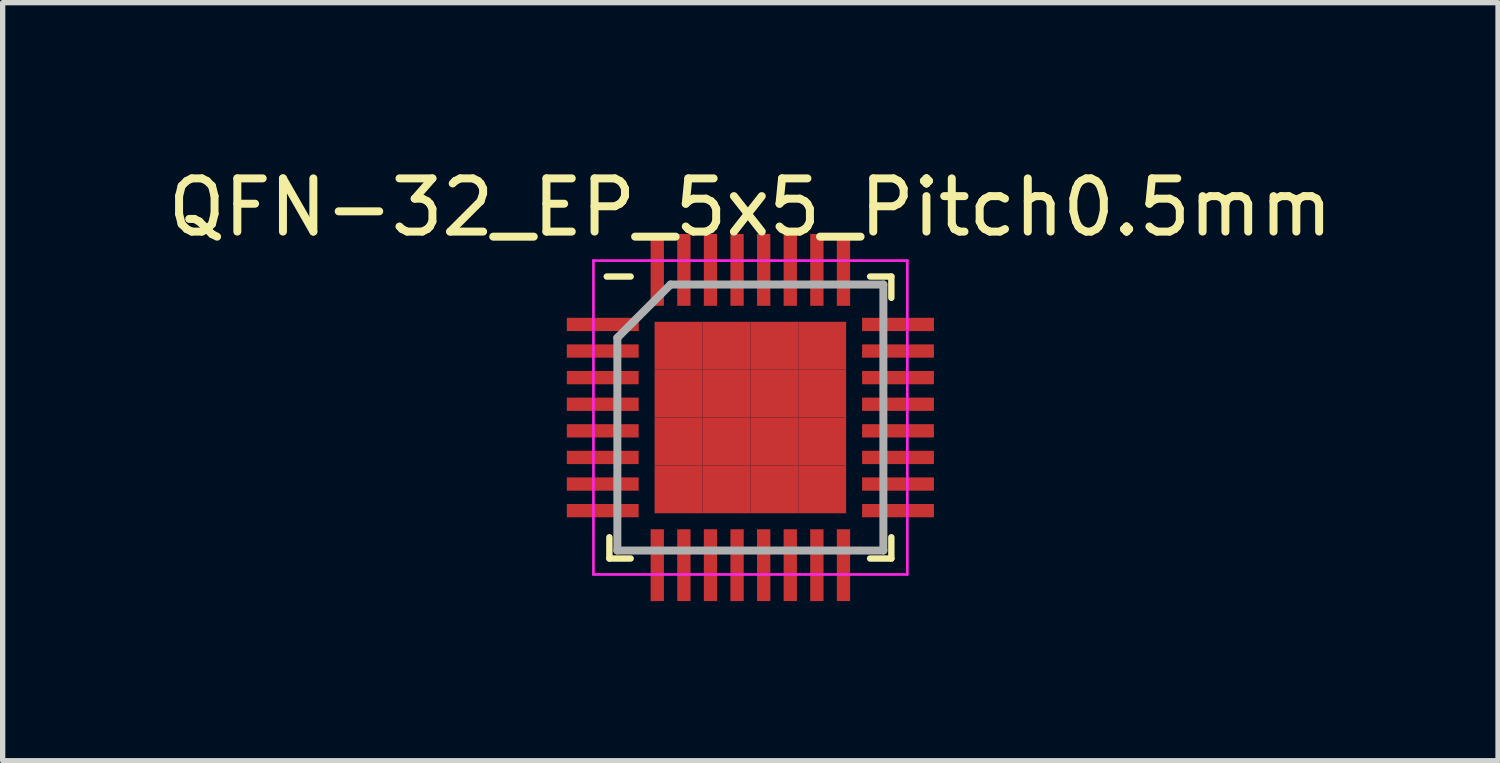
<source format=kicad_pcb>
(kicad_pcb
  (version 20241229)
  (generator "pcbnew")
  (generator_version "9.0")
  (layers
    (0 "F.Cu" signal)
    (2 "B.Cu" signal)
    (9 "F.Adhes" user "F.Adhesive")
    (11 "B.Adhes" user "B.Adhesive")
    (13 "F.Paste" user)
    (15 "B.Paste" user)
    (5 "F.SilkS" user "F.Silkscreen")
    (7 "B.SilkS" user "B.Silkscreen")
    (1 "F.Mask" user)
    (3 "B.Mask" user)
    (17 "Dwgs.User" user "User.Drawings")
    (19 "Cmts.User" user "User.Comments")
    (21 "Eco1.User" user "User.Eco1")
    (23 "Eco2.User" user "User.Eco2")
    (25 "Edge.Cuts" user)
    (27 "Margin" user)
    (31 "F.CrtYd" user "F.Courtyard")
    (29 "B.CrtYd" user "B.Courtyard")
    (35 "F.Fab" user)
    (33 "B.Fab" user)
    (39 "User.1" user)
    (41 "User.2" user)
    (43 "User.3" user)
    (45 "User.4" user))
  (footprint "QFN-32_EP_5x5_Pitch0.5mm"
    (layer "F.Cu")
    (at 11.054 4.798)
    (property "Reference" "QFN-32_EP_5x5_Pitch0.5mm" (at 0 -3.95 0) (layer "F.SilkS") (effects (font (size 1 1) (thickness 0.15))))
    (attr smd)
    (fp_line (start -2.65 2.65) (end -2.65 2.25) (stroke (width 0.12) (type default)) (layer "F.SilkS"))
    (fp_line (start -2.25 -2.65) (end -2.7 -2.65) (stroke (width 0.12) (type default)) (layer "F.SilkS"))
    (fp_line (start -2.25 2.65) (end -2.65 2.65) (stroke (width 0.12) (type default)) (layer "F.SilkS"))
    (fp_line (start 2.25 -2.65) (end 2.65 -2.65) (stroke (width 0.12) (type default)) (layer "F.SilkS"))
    (fp_line (start 2.25 2.65) (end 2.65 2.65) (stroke (width 0.12) (type default)) (layer "F.SilkS"))
    (fp_line (start 2.65 -2.65) (end 2.65 -2.25) (stroke (width 0.12) (type default)) (layer "F.SilkS"))
    (fp_line (start 2.65 2.65) (end 2.65 2.25) (stroke (width 0.12) (type default)) (layer "F.SilkS"))
    (fp_line (start -2.95 -2.95) (end 2.95 -2.95) (stroke (width 0.05) (type default)) (layer "F.CrtYd"))
    (fp_line (start -2.95 2.95) (end -2.95 -2.95) (stroke (width 0.05) (type default)) (layer "F.CrtYd"))
    (fp_line (start 2.95 -2.95) (end 2.95 2.95) (stroke (width 0.05) (type default)) (layer "F.CrtYd"))
    (fp_line (start 2.95 2.95) (end -2.95 2.95) (stroke (width 0.05) (type default)) (layer "F.CrtYd"))
    (fp_line (start -2.5 -1.5) (end -2.5 2.5) (stroke (width 0.15) (type default)) (layer "F.Fab"))
    (fp_line (start -2.5 2.5) (end 2.5 2.5) (stroke (width 0.15) (type default)) (layer "F.Fab"))
    (fp_line (start -1.5 -2.5) (end -2.5 -1.5) (stroke (width 0.15) (type default)) (layer "F.Fab"))
    (fp_line (start 2.5 -2.5) (end -1.5 -2.5) (stroke (width 0.15) (type default)) (layer "F.Fab"))
    (fp_line (start 2.5 2.5) (end 2.5 -2.5) (stroke (width 0.15) (type default)) (layer "F.Fab"))
    (pad "1" smd rect (at -2.775 -1.75 90) (size 0.25 1.35) (layers "F.Cu" "F.Mask" "F.Paste"))
    (pad "2" smd rect (at -2.775 -1.25 90) (size 0.25 1.35) (layers "F.Cu" "F.Mask" "F.Paste"))
    (pad "3" smd rect (at -2.775 -0.75 90) (size 0.25 1.35) (layers "F.Cu" "F.Mask" "F.Paste"))
    (pad "4" smd rect (at -2.775 -0.25 90) (size 0.25 1.35) (layers "F.Cu" "F.Mask" "F.Paste"))
    (pad "5" smd rect (at -2.775 0.25 90) (size 0.25 1.35) (layers "F.Cu" "F.Mask" "F.Paste"))
    (pad "6" smd rect (at -2.775 0.75 90) (size 0.25 1.35) (layers "F.Cu" "F.Mask" "F.Paste"))
    (pad "7" smd rect (at -2.775 1.25 90) (size 0.25 1.35) (layers "F.Cu" "F.Mask" "F.Paste"))
    (pad "8" smd rect (at -2.775 1.75 90) (size 0.25 1.35) (layers "F.Cu" "F.Mask" "F.Paste"))
    (pad "9" smd rect (at -1.75 2.775) (size 0.25 1.35) (layers "F.Cu" "F.Mask" "F.Paste"))
    (pad "10" smd rect (at -1.25 2.775) (size 0.25 1.35) (layers "F.Cu" "F.Mask" "F.Paste"))
    (pad "11" smd rect (at -0.75 2.775) (size 0.25 1.35) (layers "F.Cu" "F.Mask" "F.Paste"))
    (pad "12" smd rect (at -0.25 2.775) (size 0.25 1.35) (layers "F.Cu" "F.Mask" "F.Paste"))
    (pad "13" smd rect (at 0.25 2.775) (size 0.25 1.35) (layers "F.Cu" "F.Mask" "F.Paste"))
    (pad "14" smd rect (at 0.75 2.775) (size 0.25 1.35) (layers "F.Cu" "F.Mask" "F.Paste"))
    (pad "15" smd rect (at 1.25 2.775) (size 0.25 1.35) (layers "F.Cu" "F.Mask" "F.Paste"))
    (pad "16" smd rect (at 1.75 2.775) (size 0.25 1.35) (layers "F.Cu" "F.Mask" "F.Paste"))
    (pad "17" smd rect (at 2.775 1.75 90) (size 0.25 1.35) (layers "F.Cu" "F.Mask" "F.Paste"))
    (pad "18" smd rect (at 2.775 1.25 90) (size 0.25 1.35) (layers "F.Cu" "F.Mask" "F.Paste"))
    (pad "19" smd rect (at 2.775 0.75 90) (size 0.25 1.35) (layers "F.Cu" "F.Mask" "F.Paste"))
    (pad "20" smd rect (at 2.775 0.25 90) (size 0.25 1.35) (layers "F.Cu" "F.Mask" "F.Paste"))
    (pad "21" smd rect (at 2.775 -0.25 90) (size 0.25 1.35) (layers "F.Cu" "F.Mask" "F.Paste"))
    (pad "22" smd rect (at 2.775 -0.75 90) (size 0.25 1.35) (layers "F.Cu" "F.Mask" "F.Paste"))
    (pad "23" smd rect (at 2.775 -1.25 90) (size 0.25 1.35) (layers "F.Cu" "F.Mask" "F.Paste"))
    (pad "24" smd rect (at 2.775 -1.75 90) (size 0.25 1.35) (layers "F.Cu" "F.Mask" "F.Paste"))
    (pad "25" smd rect (at 1.75 -2.775) (size 0.25 1.35) (layers "F.Cu" "F.Mask" "F.Paste"))
    (pad "26" smd rect (at 1.25 -2.775) (size 0.25 1.35) (layers "F.Cu" "F.Mask" "F.Paste"))
    (pad "27" smd rect (at 0.75 -2.775) (size 0.25 1.35) (layers "F.Cu" "F.Mask" "F.Paste"))
    (pad "28" smd rect (at 0.25 -2.775) (size 0.25 1.35) (layers "F.Cu" "F.Mask" "F.Paste"))
    (pad "29" smd rect (at -0.25 -2.775) (size 0.25 1.35) (layers "F.Cu" "F.Mask" "F.Paste"))
    (pad "30" smd rect (at -0.75 -2.775) (size 0.25 1.35) (layers "F.Cu" "F.Mask" "F.Paste"))
    (pad "31" smd rect (at -1.25 -2.775) (size 0.25 1.35) (layers "F.Cu" "F.Mask" "F.Paste"))
    (pad "32" smd rect (at -1.75 -2.775) (size 0.25 1.35) (layers "F.Cu" "F.Mask" "F.Paste"))
    (pad "33" smd rect (at -1.35 -1.35) (size 0.9 0.9) (layers "F.Cu" "F.Mask" "F.Paste"))
    (pad "33" smd rect (at -1.35 -0.45) (size 0.9 0.9) (layers "F.Cu" "F.Mask" "F.Paste"))
    (pad "33" smd rect (at -1.35 0.45) (size 0.9 0.9) (layers "F.Cu" "F.Mask" "F.Paste"))
    (pad "33" smd rect (at -1.35 1.35) (size 0.9 0.9) (layers "F.Cu" "F.Mask" "F.Paste"))
    (pad "33" smd rect (at -0.45 -1.35) (size 0.9 0.9) (layers "F.Cu" "F.Mask" "F.Paste"))
    (pad "33" smd rect (at -0.45 -0.45) (size 0.9 0.9) (layers "F.Cu" "F.Mask" "F.Paste"))
    (pad "33" smd rect (at -0.45 0.45) (size 0.9 0.9) (layers "F.Cu" "F.Mask" "F.Paste"))
    (pad "33" smd rect (at -0.45 1.35) (size 0.9 0.9) (layers "F.Cu" "F.Mask" "F.Paste"))
    (pad "33" smd rect (at 0.45 -1.35) (size 0.9 0.9) (layers "F.Cu" "F.Mask" "F.Paste"))
    (pad "33" smd rect (at 0.45 -0.45) (size 0.9 0.9) (layers "F.Cu" "F.Mask" "F.Paste"))
    (pad "33" smd rect (at 0.45 0.45) (size 0.9 0.9) (layers "F.Cu" "F.Mask" "F.Paste"))
    (pad "33" smd rect (at 0.45 1.35) (size 0.9 0.9) (layers "F.Cu" "F.Mask" "F.Paste"))
    (pad "33" smd rect (at 1.35 -1.35) (size 0.9 0.9) (layers "F.Cu" "F.Mask" "F.Paste"))
    (pad "33" smd rect (at 1.35 -0.45) (size 0.9 0.9) (layers "F.Cu" "F.Mask" "F.Paste"))
    (pad "33" smd rect (at 1.35 0.45) (size 0.9 0.9) (layers "F.Cu" "F.Mask" "F.Paste"))
    (pad "33" smd rect (at 1.35 1.35) (size 0.9 0.9) (layers "F.Cu" "F.Mask" "F.Paste")))
  (gr_rect
    (start -3 -3)
    (end 25.107 11.248)
    (stroke (width 0.1) (type default))
    (fill no)
    (layer "Edge.Cuts")))
</source>
